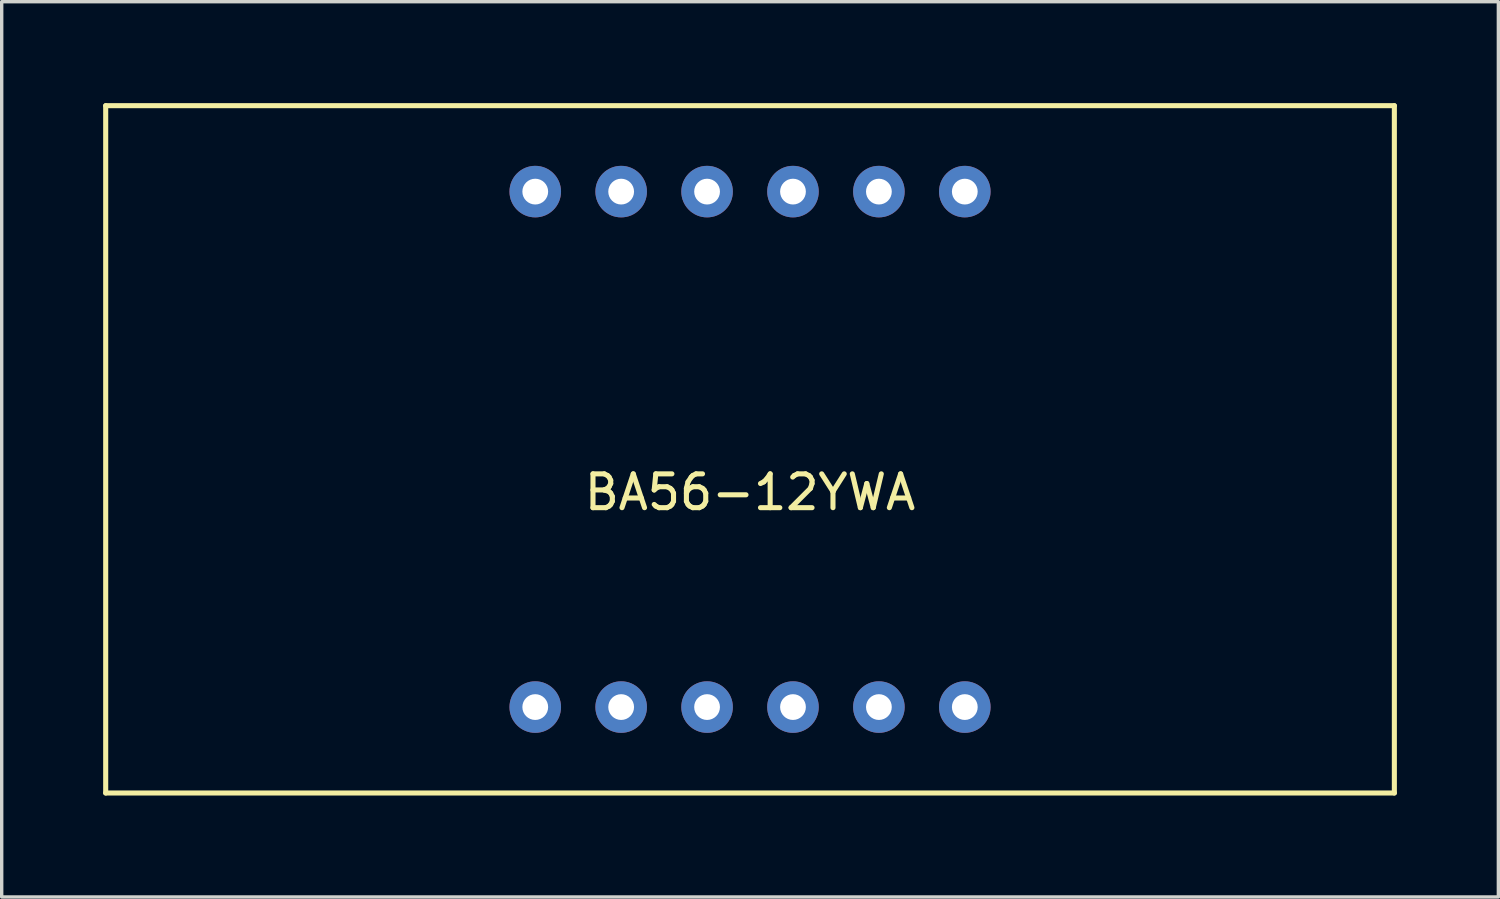
<source format=kicad_pcb>
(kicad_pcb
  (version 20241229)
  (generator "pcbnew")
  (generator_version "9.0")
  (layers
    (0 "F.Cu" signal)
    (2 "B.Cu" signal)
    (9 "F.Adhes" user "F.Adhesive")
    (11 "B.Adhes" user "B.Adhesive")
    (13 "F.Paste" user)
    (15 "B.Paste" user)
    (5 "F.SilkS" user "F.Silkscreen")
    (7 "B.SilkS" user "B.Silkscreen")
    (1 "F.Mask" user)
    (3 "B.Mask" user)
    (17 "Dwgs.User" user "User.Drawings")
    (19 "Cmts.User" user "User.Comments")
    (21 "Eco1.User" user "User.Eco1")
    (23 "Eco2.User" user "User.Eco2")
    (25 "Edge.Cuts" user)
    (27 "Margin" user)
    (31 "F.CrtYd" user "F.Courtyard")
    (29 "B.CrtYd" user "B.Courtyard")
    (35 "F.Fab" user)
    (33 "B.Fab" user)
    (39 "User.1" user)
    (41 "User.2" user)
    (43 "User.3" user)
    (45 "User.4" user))
  (footprint "BA56-12YWA"
    (layer "F.Cu")
    (at 19.125 10.235)
    (property "Reference" "BA56-12YWA" (at 0 1.27 0) (layer "F.SilkS") (effects (font (size 1 1) (thickness 0.15))))
    (attr through_hole)
    (fp_line (start -19.05 -10.16) (end 19.05 -10.16) (stroke (width 0.15) (type solid)) (layer "F.SilkS"))
    (fp_line (start -19.05 10.16) (end -19.05 -10.16) (stroke (width 0.15) (type solid)) (layer "F.SilkS"))
    (fp_line (start 19.05 -10.16) (end 19.05 10.16) (stroke (width 0.15) (type solid)) (layer "F.SilkS"))
    (fp_line (start 19.05 10.16) (end -19.05 10.16) (stroke (width 0.15) (type solid)) (layer "F.SilkS"))
    (pad "1" thru_hole circle (at -6.35 7.62) (size 1.524 1.524) (drill 0.762) (layers "*.Cu" "*.Mask"))
    (pad "2" thru_hole circle (at -3.81 7.62) (size 1.524 1.524) (drill 0.762) (layers "*.Cu" "*.Mask"))
    (pad "3" thru_hole circle (at -1.27 7.62) (size 1.524 1.524) (drill 0.762) (layers "*.Cu" "*.Mask"))
    (pad "4" thru_hole circle (at 1.27 7.62) (size 1.524 1.524) (drill 0.762) (layers "*.Cu" "*.Mask"))
    (pad "5" thru_hole circle (at 3.81 7.62) (size 1.524 1.524) (drill 0.762) (layers "*.Cu" "*.Mask"))
    (pad "6" thru_hole circle (at 6.35 7.62) (size 1.524 1.524) (drill 0.762) (layers "*.Cu" "*.Mask"))
    (pad "7" thru_hole circle (at 6.35 -7.62) (size 1.524 1.524) (drill 0.762) (layers "*.Cu" "*.Mask"))
    (pad "8" thru_hole circle (at 3.81 -7.62) (size 1.524 1.524) (drill 0.762) (layers "*.Cu" "*.Mask"))
    (pad "9" thru_hole circle (at 1.27 -7.62) (size 1.524 1.524) (drill 0.762) (layers "*.Cu" "*.Mask"))
    (pad "10" thru_hole circle (at -1.27 -7.62) (size 1.524 1.524) (drill 0.762) (layers "*.Cu" "*.Mask"))
    (pad "11" thru_hole circle (at -3.81 -7.62) (size 1.524 1.524) (drill 0.762) (layers "*.Cu" "*.Mask"))
    (pad "12" thru_hole circle (at -6.35 -7.62) (size 1.524 1.524) (drill 0.762) (layers "*.Cu" "*.Mask")))
  (gr_rect
    (start -3 -3)
    (end 41.25 23.47)
    (stroke (width 0.1) (type default))
    (fill no)
    (layer "Edge.Cuts")))
</source>
